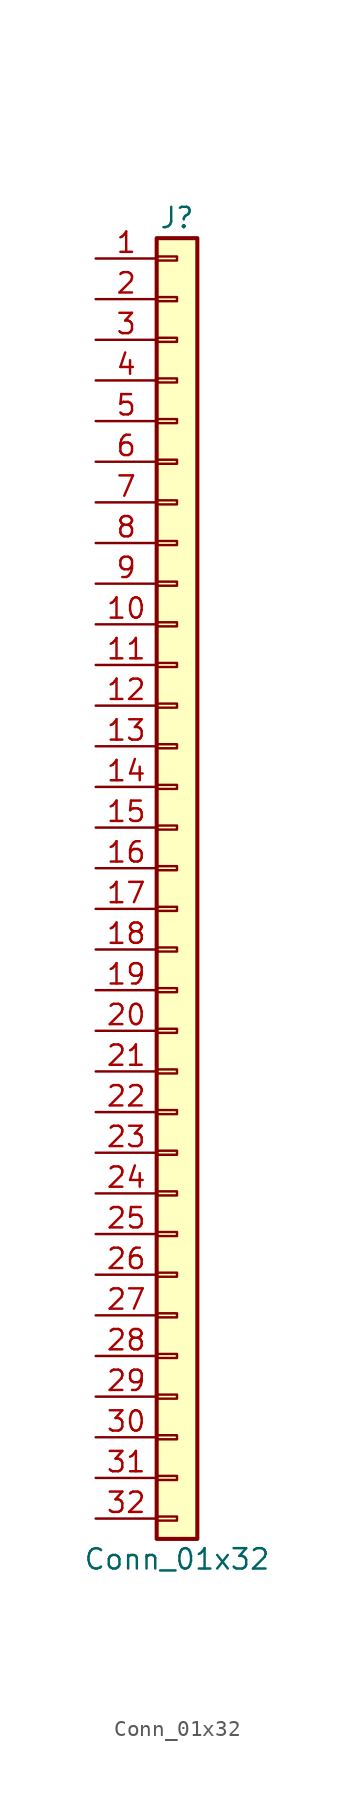
<source format=kicad_sym>
(kicad_symbol_lib
  (version 20211014)
  (generator kicad_symbol_editor)
  (symbol "Conn_01x32"
    (pin_names
      (offset 1.016) hide)
    (property "Reference" "J"
      (at 0 40.64 0)
      (effects (font (size 1.27 1.27))))
    (property "Value" "Conn_01x32"
      (at 0 -43.18 0)
      (effects (font (size 1.27 1.27))))
    (symbol "Conn_01x32_1_1"
      (rectangle (start -1.27 -40.513) (end 0 -40.767) (stroke (width 0.152) (type default) (color 0 0 0 0)) (fill (type none)))
      (rectangle (start -1.27 -37.973) (end 0 -38.227) (stroke (width 0.152) (type default) (color 0 0 0 0)) (fill (type none)))
      (rectangle (start -1.27 -35.433) (end 0 -35.687) (stroke (width 0.152) (type default) (color 0 0 0 0)) (fill (type none)))
      (rectangle (start -1.27 -32.893) (end 0 -33.147) (stroke (width 0.152) (type default) (color 0 0 0 0)) (fill (type none)))
      (rectangle (start -1.27 -30.353) (end 0 -30.607) (stroke (width 0.152) (type default) (color 0 0 0 0)) (fill (type none)))
      (rectangle (start -1.27 -27.813) (end 0 -28.067) (stroke (width 0.152) (type default) (color 0 0 0 0)) (fill (type none)))
      (rectangle (start -1.27 -25.273) (end 0 -25.527) (stroke (width 0.152) (type default) (color 0 0 0 0)) (fill (type none)))
      (rectangle (start -1.27 -22.733) (end 0 -22.987) (stroke (width 0.152) (type default) (color 0 0 0 0)) (fill (type none)))
      (rectangle (start -1.27 -20.193) (end 0 -20.447) (stroke (width 0.152) (type default) (color 0 0 0 0)) (fill (type none)))
      (rectangle (start -1.27 -17.653) (end 0 -17.907) (stroke (width 0.152) (type default) (color 0 0 0 0)) (fill (type none)))
      (rectangle (start -1.27 -15.113) (end 0 -15.367) (stroke (width 0.152) (type default) (color 0 0 0 0)) (fill (type none)))
      (rectangle (start -1.27 -12.573) (end 0 -12.827) (stroke (width 0.152) (type default) (color 0 0 0 0)) (fill (type none)))
      (rectangle (start -1.27 -10.033) (end 0 -10.287) (stroke (width 0.152) (type default) (color 0 0 0 0)) (fill (type none)))
      (rectangle (start -1.27 -7.493) (end 0 -7.747) (stroke (width 0.152) (type default) (color 0 0 0 0)) (fill (type none)))
      (rectangle (start -1.27 -4.953) (end 0 -5.207) (stroke (width 0.152) (type default) (color 0 0 0 0)) (fill (type none)))
      (rectangle (start -1.27 -2.413) (end 0 -2.667) (stroke (width 0.152) (type default) (color 0 0 0 0)) (fill (type none)))
      (rectangle (start -1.27 0.127) (end 0 -0.127) (stroke (width 0.152) (type default) (color 0 0 0 0)) (fill (type none)))
      (rectangle (start -1.27 2.667) (end 0 2.413) (stroke (width 0.152) (type default) (color 0 0 0 0)) (fill (type none)))
      (rectangle (start -1.27 5.207) (end 0 4.953) (stroke (width 0.152) (type default) (color 0 0 0 0)) (fill (type none)))
      (rectangle (start -1.27 7.747) (end 0 7.493) (stroke (width 0.152) (type default) (color 0 0 0 0)) (fill (type none)))
      (rectangle (start -1.27 10.287) (end 0 10.033) (stroke (width 0.152) (type default) (color 0 0 0 0)) (fill (type none)))
      (rectangle (start -1.27 12.827) (end 0 12.573) (stroke (width 0.152) (type default) (color 0 0 0 0)) (fill (type none)))
      (rectangle (start -1.27 15.367) (end 0 15.113) (stroke (width 0.152) (type default) (color 0 0 0 0)) (fill (type none)))
      (rectangle (start -1.27 17.907) (end 0 17.653) (stroke (width 0.152) (type default) (color 0 0 0 0)) (fill (type none)))
      (rectangle (start -1.27 20.447) (end 0 20.193) (stroke (width 0.152) (type default) (color 0 0 0 0)) (fill (type none)))
      (rectangle (start -1.27 22.987) (end 0 22.733) (stroke (width 0.152) (type default) (color 0 0 0 0)) (fill (type none)))
      (rectangle (start -1.27 25.527) (end 0 25.273) (stroke (width 0.152) (type default) (color 0 0 0 0)) (fill (type none)))
      (rectangle (start -1.27 28.067) (end 0 27.813) (stroke (width 0.152) (type default) (color 0 0 0 0)) (fill (type none)))
      (rectangle (start -1.27 30.607) (end 0 30.353) (stroke (width 0.152) (type default) (color 0 0 0 0)) (fill (type none)))
      (rectangle (start -1.27 33.147) (end 0 32.893) (stroke (width 0.152) (type default) (color 0 0 0 0)) (fill (type none)))
      (rectangle (start -1.27 35.687) (end 0 35.433) (stroke (width 0.152) (type default) (color 0 0 0 0)) (fill (type none)))
      (rectangle (start -1.27 38.227) (end 0 37.973) (stroke (width 0.152) (type default) (color 0 0 0 0)) (fill (type none)))
      (rectangle (start -1.27 39.37) (end 1.27 -41.91) (stroke (width 0.254) (type default) (color 0 0 0 0)) (fill (type background)))
      (pin passive line (at -5.08 38.1 0) (length 3.81) (name "Pin_1" (effects (font (size 1.27 1.27)))) (number "1" (effects (font (size 1.27 1.27)))))
      (pin passive line (at -5.08 15.24 0) (length 3.81) (name "Pin_10" (effects (font (size 1.27 1.27)))) (number "10" (effects (font (size 1.27 1.27)))))
      (pin passive line (at -5.08 12.7 0) (length 3.81) (name "Pin_11" (effects (font (size 1.27 1.27)))) (number "11" (effects (font (size 1.27 1.27)))))
      (pin passive line (at -5.08 10.16 0) (length 3.81) (name "Pin_12" (effects (font (size 1.27 1.27)))) (number "12" (effects (font (size 1.27 1.27)))))
      (pin passive line (at -5.08 7.62 0) (length 3.81) (name "Pin_13" (effects (font (size 1.27 1.27)))) (number "13" (effects (font (size 1.27 1.27)))))
      (pin passive line (at -5.08 5.08 0) (length 3.81) (name "Pin_14" (effects (font (size 1.27 1.27)))) (number "14" (effects (font (size 1.27 1.27)))))
      (pin passive line (at -5.08 2.54 0) (length 3.81) (name "Pin_15" (effects (font (size 1.27 1.27)))) (number "15" (effects (font (size 1.27 1.27)))))
      (pin passive line (at -5.08 0 0) (length 3.81) (name "Pin_16" (effects (font (size 1.27 1.27)))) (number "16" (effects (font (size 1.27 1.27)))))
      (pin passive line (at -5.08 -2.54 0) (length 3.81) (name "Pin_17" (effects (font (size 1.27 1.27)))) (number "17" (effects (font (size 1.27 1.27)))))
      (pin passive line (at -5.08 -5.08 0) (length 3.81) (name "Pin_18" (effects (font (size 1.27 1.27)))) (number "18" (effects (font (size 1.27 1.27)))))
      (pin passive line (at -5.08 -7.62 0) (length 3.81) (name "Pin_19" (effects (font (size 1.27 1.27)))) (number "19" (effects (font (size 1.27 1.27)))))
      (pin passive line (at -5.08 35.56 0) (length 3.81) (name "Pin_2" (effects (font (size 1.27 1.27)))) (number "2" (effects (font (size 1.27 1.27)))))
      (pin passive line (at -5.08 -10.16 0) (length 3.81) (name "Pin_20" (effects (font (size 1.27 1.27)))) (number "20" (effects (font (size 1.27 1.27)))))
      (pin passive line (at -5.08 -12.7 0) (length 3.81) (name "Pin_21" (effects (font (size 1.27 1.27)))) (number "21" (effects (font (size 1.27 1.27)))))
      (pin passive line (at -5.08 -15.24 0) (length 3.81) (name "Pin_22" (effects (font (size 1.27 1.27)))) (number "22" (effects (font (size 1.27 1.27)))))
      (pin passive line (at -5.08 -17.78 0) (length 3.81) (name "Pin_23" (effects (font (size 1.27 1.27)))) (number "23" (effects (font (size 1.27 1.27)))))
      (pin passive line (at -5.08 -20.32 0) (length 3.81) (name "Pin_24" (effects (font (size 1.27 1.27)))) (number "24" (effects (font (size 1.27 1.27)))))
      (pin passive line (at -5.08 -22.86 0) (length 3.81) (name "Pin_25" (effects (font (size 1.27 1.27)))) (number "25" (effects (font (size 1.27 1.27)))))
      (pin passive line (at -5.08 -25.4 0) (length 3.81) (name "Pin_26" (effects (font (size 1.27 1.27)))) (number "26" (effects (font (size 1.27 1.27)))))
      (pin passive line (at -5.08 -27.94 0) (length 3.81) (name "Pin_27" (effects (font (size 1.27 1.27)))) (number "27" (effects (font (size 1.27 1.27)))))
      (pin passive line (at -5.08 -30.48 0) (length 3.81) (name "Pin_28" (effects (font (size 1.27 1.27)))) (number "28" (effects (font (size 1.27 1.27)))))
      (pin passive line (at -5.08 -33.02 0) (length 3.81) (name "Pin_29" (effects (font (size 1.27 1.27)))) (number "29" (effects (font (size 1.27 1.27)))))
      (pin passive line (at -5.08 33.02 0) (length 3.81) (name "Pin_3" (effects (font (size 1.27 1.27)))) (number "3" (effects (font (size 1.27 1.27)))))
      (pin passive line (at -5.08 -35.56 0) (length 3.81) (name "Pin_30" (effects (font (size 1.27 1.27)))) (number "30" (effects (font (size 1.27 1.27)))))
      (pin passive line (at -5.08 -38.1 0) (length 3.81) (name "Pin_31" (effects (font (size 1.27 1.27)))) (number "31" (effects (font (size 1.27 1.27)))))
      (pin passive line (at -5.08 -40.64 0) (length 3.81) (name "Pin_32" (effects (font (size 1.27 1.27)))) (number "32" (effects (font (size 1.27 1.27)))))
      (pin passive line (at -5.08 30.48 0) (length 3.81) (name "Pin_4" (effects (font (size 1.27 1.27)))) (number "4" (effects (font (size 1.27 1.27)))))
      (pin passive line (at -5.08 27.94 0) (length 3.81) (name "Pin_5" (effects (font (size 1.27 1.27)))) (number "5" (effects (font (size 1.27 1.27)))))
      (pin passive line (at -5.08 25.4 0) (length 3.81) (name "Pin_6" (effects (font (size 1.27 1.27)))) (number "6" (effects (font (size 1.27 1.27)))))
      (pin passive line (at -5.08 22.86 0) (length 3.81) (name "Pin_7" (effects (font (size 1.27 1.27)))) (number "7" (effects (font (size 1.27 1.27)))))
      (pin passive line (at -5.08 20.32 0) (length 3.81) (name "Pin_8" (effects (font (size 1.27 1.27)))) (number "8" (effects (font (size 1.27 1.27)))))
      (pin passive line (at -5.08 17.78 0) (length 3.81) (name "Pin_9" (effects (font (size 1.27 1.27)))) (number "9" (effects (font (size 1.27 1.27))))))))
</source>
